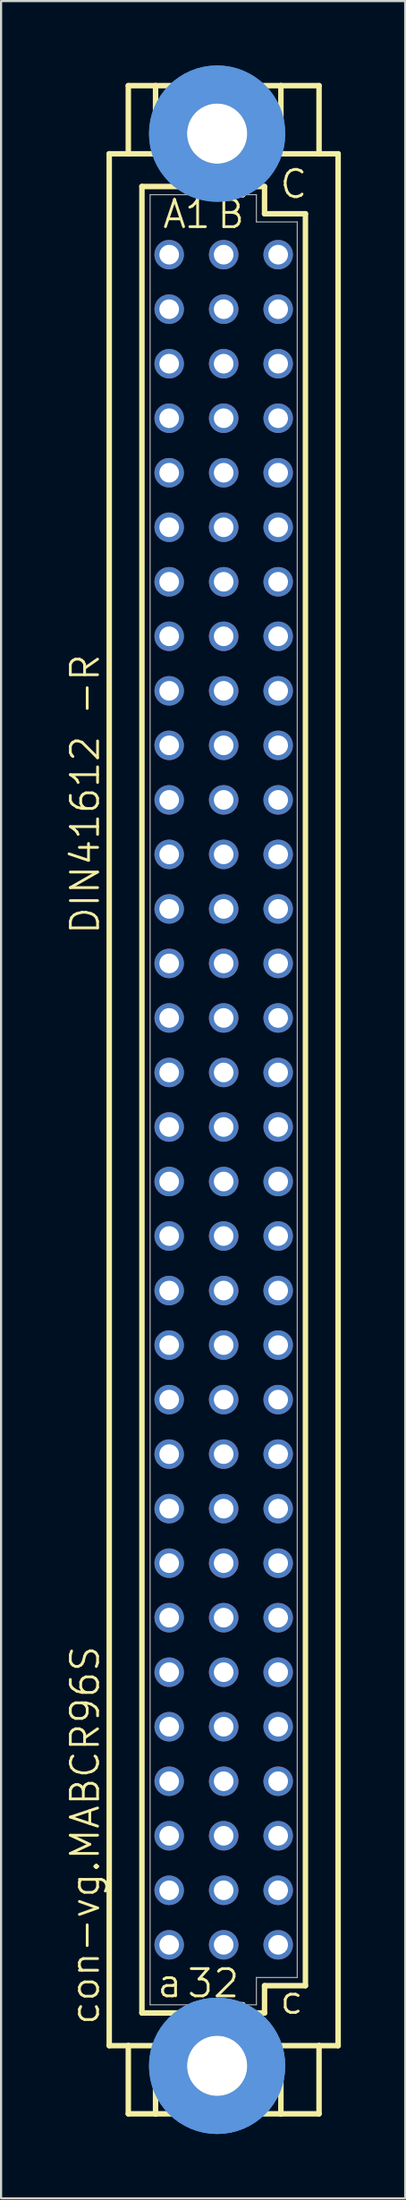
<source format=kicad_pcb>
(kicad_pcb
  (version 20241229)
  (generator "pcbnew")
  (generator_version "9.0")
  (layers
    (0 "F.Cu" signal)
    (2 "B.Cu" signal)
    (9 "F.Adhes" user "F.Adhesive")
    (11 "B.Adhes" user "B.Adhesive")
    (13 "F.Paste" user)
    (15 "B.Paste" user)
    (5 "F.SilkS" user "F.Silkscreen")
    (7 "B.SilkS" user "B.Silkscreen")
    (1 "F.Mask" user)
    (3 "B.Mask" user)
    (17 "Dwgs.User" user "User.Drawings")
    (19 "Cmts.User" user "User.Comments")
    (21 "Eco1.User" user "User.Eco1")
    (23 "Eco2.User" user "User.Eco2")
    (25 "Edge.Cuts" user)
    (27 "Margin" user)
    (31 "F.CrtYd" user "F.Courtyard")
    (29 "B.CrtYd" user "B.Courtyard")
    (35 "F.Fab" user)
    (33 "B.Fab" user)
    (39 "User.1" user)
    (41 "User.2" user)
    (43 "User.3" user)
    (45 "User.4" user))
  (footprint "con-vg.MABCR96S"
    (layer "F.Cu")
    (at 7.375 48.184)
    (property "Reference" "con-vg.MABCR96S" (at -5.715 43.18 90) (layer "F.SilkS") (effects (font (size 1.27 1.27) (thickness 0.13)) (justify left bottom)))
    (attr through_hole)
    (fp_line (start -5.334 -44.069) (end -4.445 -44.069) (stroke (width 0.254) (type default)) (layer "F.SilkS"))
    (fp_line (start -5.334 44.069) (end -5.334 -44.069) (stroke (width 0.254) (type default)) (layer "F.SilkS"))
    (fp_line (start -5.334 44.069) (end -4.445 44.069) (stroke (width 0.254) (type default)) (layer "F.SilkS"))
    (fp_line (start -4.445 -47.244) (end -4.445 -44.069) (stroke (width 0.254) (type default)) (layer "F.SilkS"))
    (fp_line (start -4.445 -44.069) (end -2.921 -44.069) (stroke (width 0.254) (type default)) (layer "F.SilkS"))
    (fp_line (start -4.445 44.069) (end -4.445 47.244) (stroke (width 0.254) (type default)) (layer "F.SilkS"))
    (fp_line (start -4.445 44.069) (end -2.921 44.069) (stroke (width 0.254) (type default)) (layer "F.SilkS"))
    (fp_line (start -3.81 -42.545) (end -3.81 42.545) (stroke (width 0.254) (type default)) (layer "F.SilkS"))
    (fp_line (start -3.81 42.545) (end -1.651 42.545) (stroke (width 0.254) (type default)) (layer "F.SilkS"))
    (fp_line (start -3.175 -47.244) (end -4.445 -47.244) (stroke (width 0.254) (type default)) (layer "F.SilkS"))
    (fp_line (start -3.175 -47.244) (end -3.175 -44.45) (stroke (width 0.254) (type default)) (layer "F.SilkS"))
    (fp_line (start -3.175 47.244) (end -4.445 47.244) (stroke (width 0.254) (type default)) (layer "F.SilkS"))
    (fp_line (start -3.175 47.244) (end -3.175 44.45) (stroke (width 0.254) (type default)) (layer "F.SilkS"))
    (fp_line (start -3.175 47.244) (end 2.667 47.244) (stroke (width 0.254) (type default)) (layer "F.SilkS"))
    (fp_line (start -1.651 -42.545) (end -3.81 -42.545) (stroke (width 0.254) (type default)) (layer "F.SilkS"))
    (fp_line (start -1.651 -42.545) (end -3.175 -44.45) (stroke (width 0.254) (type default)) (layer "F.SilkS"))
    (fp_line (start -1.651 -42.545) (end -1.27 -42.164) (stroke (width 0.254) (type default)) (layer "F.SilkS"))
    (fp_line (start -1.651 42.545) (end -3.175 44.45) (stroke (width 0.254) (type default)) (layer "F.SilkS"))
    (fp_line (start -1.651 42.545) (end -1.397 42.164) (stroke (width 0.254) (type default)) (layer "F.SilkS"))
    (fp_line (start -1.397 42.164) (end 0.889 42.164) (stroke (width 0.254) (type default)) (layer "F.SilkS"))
    (fp_line (start -1.27 -42.164) (end 0.889 -42.164) (stroke (width 0.254) (type default)) (layer "F.SilkS"))
    (fp_line (start 0.889 -42.164) (end 1.143 -42.545) (stroke (width 0.254) (type default)) (layer "F.SilkS"))
    (fp_line (start 1.143 -42.545) (end 2.667 -44.45) (stroke (width 0.254) (type default)) (layer "F.SilkS"))
    (fp_line (start 1.143 42.545) (end 0.889 42.164) (stroke (width 0.254) (type default)) (layer "F.SilkS"))
    (fp_line (start 1.143 42.545) (end 1.905 42.545) (stroke (width 0.254) (type default)) (layer "F.SilkS"))
    (fp_line (start 1.143 42.545) (end 2.667 44.45) (stroke (width 0.254) (type default)) (layer "F.SilkS"))
    (fp_line (start 1.905 -42.545) (end 1.143 -42.545) (stroke (width 0.254) (type default)) (layer "F.SilkS"))
    (fp_line (start 1.905 -41.275) (end 1.905 -42.545) (stroke (width 0.254) (type default)) (layer "F.SilkS"))
    (fp_line (start 1.905 41.275) (end 3.81 41.275) (stroke (width 0.254) (type default)) (layer "F.SilkS"))
    (fp_line (start 1.905 42.545) (end 1.905 41.275) (stroke (width 0.254) (type default)) (layer "F.SilkS"))
    (fp_line (start 2.667 -47.244) (end -3.175 -47.244) (stroke (width 0.254) (type default)) (layer "F.SilkS"))
    (fp_line (start 2.667 -47.244) (end 2.667 -44.45) (stroke (width 0.254) (type default)) (layer "F.SilkS"))
    (fp_line (start 2.667 -47.244) (end 4.445 -47.244) (stroke (width 0.254) (type default)) (layer "F.SilkS"))
    (fp_line (start 2.667 47.244) (end 2.667 44.45) (stroke (width 0.254) (type default)) (layer "F.SilkS"))
    (fp_line (start 2.667 47.244) (end 4.445 47.244) (stroke (width 0.254) (type default)) (layer "F.SilkS"))
    (fp_line (start 3.81 -41.275) (end 1.905 -41.275) (stroke (width 0.254) (type default)) (layer "F.SilkS"))
    (fp_line (start 3.81 41.275) (end 3.81 -41.275) (stroke (width 0.254) (type default)) (layer "F.SilkS"))
    (fp_line (start 4.445 -47.244) (end 4.445 -44.069) (stroke (width 0.254) (type default)) (layer "F.SilkS"))
    (fp_line (start 4.445 -44.069) (end 2.413 -44.069) (stroke (width 0.254) (type default)) (layer "F.SilkS"))
    (fp_line (start 4.445 44.069) (end 2.413 44.069) (stroke (width 0.254) (type default)) (layer "F.SilkS"))
    (fp_line (start 4.445 44.069) (end 4.445 47.244) (stroke (width 0.254) (type default)) (layer "F.SilkS"))
    (fp_line (start 5.334 -44.069) (end 4.445 -44.069) (stroke (width 0.254) (type default)) (layer "F.SilkS"))
    (fp_line (start 5.334 44.069) (end 4.445 44.069) (stroke (width 0.254) (type default)) (layer "F.SilkS"))
    (fp_line (start 5.334 44.069) (end 5.334 -44.069) (stroke (width 0.254) (type default)) (layer "F.SilkS"))
    (fp_circle (center -0.305 -45.009) (end 0.965 -45.009) (stroke (width 0.254) (type default)) (fill no) (layer "F.SilkS"))
    (fp_circle (center -0.305 45.009) (end 0.965 45.009) (stroke (width 0.254) (type default)) (fill no) (layer "F.SilkS"))
    (fp_circle (center -0.305 -45.009) (end 1.981 -45.009) (stroke (width 1.778) (type default)) (fill no) (layer "Cmts.User"))
    (fp_circle (center -0.305 -45.009) (end 1.981 -45.009) (stroke (width 1.778) (type default)) (fill no) (layer "Cmts.User"))
    (fp_circle (center -0.305 45.009) (end 1.981 45.009) (stroke (width 1.778) (type default)) (fill no) (layer "Cmts.User"))
    (fp_circle (center -0.305 45.009) (end 1.981 45.009) (stroke (width 1.778) (type default)) (fill no) (layer "Cmts.User"))
    (fp_line (start -3.429 -42.164) (end -3.429 42.164) (stroke (width 0.051) (type default)) (layer "F.Fab"))
    (fp_line (start -3.429 -42.164) (end -1.27 -42.164) (stroke (width 0.051) (type default)) (layer "F.Fab"))
    (fp_line (start -3.429 42.164) (end -1.397 42.164) (stroke (width 0.051) (type default)) (layer "F.Fab"))
    (fp_line (start 0.889 -42.164) (end 1.524 -42.164) (stroke (width 0.051) (type default)) (layer "F.Fab"))
    (fp_line (start 0.889 42.164) (end 1.524 42.164) (stroke (width 0.051) (type default)) (layer "F.Fab"))
    (fp_line (start 1.524 -42.164) (end 1.524 -40.894) (stroke (width 0.051) (type default)) (layer "F.Fab"))
    (fp_line (start 1.524 -40.894) (end 3.429 -40.894) (stroke (width 0.051) (type default)) (layer "F.Fab"))
    (fp_line (start 1.524 40.894) (end 3.429 40.894) (stroke (width 0.051) (type default)) (layer "F.Fab"))
    (fp_line (start 1.524 42.164) (end 1.524 40.894) (stroke (width 0.051) (type default)) (layer "F.Fab"))
    (fp_line (start 3.429 -40.894) (end 3.429 40.894) (stroke (width 0.051) (type default)) (layer "F.Fab"))
    (fp_rect (start -2.794 -39.116) (end -2.286 -39.624) (stroke (width 0.05) (type default)) (fill no) (layer "F.Fab"))
    (fp_rect (start -2.794 -36.576) (end -2.286 -37.084) (stroke (width 0.05) (type default)) (fill no) (layer "F.Fab"))
    (fp_rect (start -2.794 -34.036) (end -2.286 -34.544) (stroke (width 0.05) (type default)) (fill no) (layer "F.Fab"))
    (fp_rect (start -2.794 -31.496) (end -2.286 -32.004) (stroke (width 0.05) (type default)) (fill no) (layer "F.Fab"))
    (fp_rect (start -2.794 -28.956) (end -2.286 -29.464) (stroke (width 0.05) (type default)) (fill no) (layer "F.Fab"))
    (fp_rect (start -2.794 -26.416) (end -2.286 -26.924) (stroke (width 0.05) (type default)) (fill no) (layer "F.Fab"))
    (fp_rect (start -2.794 -23.876) (end -2.286 -24.384) (stroke (width 0.05) (type default)) (fill no) (layer "F.Fab"))
    (fp_rect (start -2.794 -21.336) (end -2.286 -21.844) (stroke (width 0.05) (type default)) (fill no) (layer "F.Fab"))
    (fp_rect (start -2.794 -18.796) (end -2.286 -19.304) (stroke (width 0.05) (type default)) (fill no) (layer "F.Fab"))
    (fp_rect (start -2.794 -16.256) (end -2.286 -16.764) (stroke (width 0.05) (type default)) (fill no) (layer "F.Fab"))
    (fp_rect (start -2.794 -13.716) (end -2.286 -14.224) (stroke (width 0.05) (type default)) (fill no) (layer "F.Fab"))
    (fp_rect (start -2.794 -11.176) (end -2.286 -11.684) (stroke (width 0.05) (type default)) (fill no) (layer "F.Fab"))
    (fp_rect (start -2.794 -8.636) (end -2.286 -9.144) (stroke (width 0.05) (type default)) (fill no) (layer "F.Fab"))
    (fp_rect (start -2.794 -6.096) (end -2.286 -6.604) (stroke (width 0.05) (type default)) (fill no) (layer "F.Fab"))
    (fp_rect (start -2.794 -3.556) (end -2.286 -4.064) (stroke (width 0.05) (type default)) (fill no) (layer "F.Fab"))
    (fp_rect (start -2.794 -1.016) (end -2.286 -1.524) (stroke (width 0.05) (type default)) (fill no) (layer "F.Fab"))
    (fp_rect (start -2.794 1.524) (end -2.286 1.016) (stroke (width 0.05) (type default)) (fill no) (layer "F.Fab"))
    (fp_rect (start -2.794 4.064) (end -2.286 3.556) (stroke (width 0.05) (type default)) (fill no) (layer "F.Fab"))
    (fp_rect (start -2.794 6.604) (end -2.286 6.096) (stroke (width 0.05) (type default)) (fill no) (layer "F.Fab"))
    (fp_rect (start -2.794 9.144) (end -2.286 8.636) (stroke (width 0.05) (type default)) (fill no) (layer "F.Fab"))
    (fp_rect (start -2.794 11.684) (end -2.286 11.176) (stroke (width 0.05) (type default)) (fill no) (layer "F.Fab"))
    (fp_rect (start -2.794 14.224) (end -2.286 13.716) (stroke (width 0.05) (type default)) (fill no) (layer "F.Fab"))
    (fp_rect (start -2.794 16.764) (end -2.286 16.256) (stroke (width 0.05) (type default)) (fill no) (layer "F.Fab"))
    (fp_rect (start -2.794 19.304) (end -2.286 18.796) (stroke (width 0.05) (type default)) (fill no) (layer "F.Fab"))
    (fp_rect (start -2.794 21.844) (end -2.286 21.336) (stroke (width 0.05) (type default)) (fill no) (layer "F.Fab"))
    (fp_rect (start -2.794 24.384) (end -2.286 23.876) (stroke (width 0.05) (type default)) (fill no) (layer "F.Fab"))
    (fp_rect (start -2.794 26.924) (end -2.286 26.416) (stroke (width 0.05) (type default)) (fill no) (layer "F.Fab"))
    (fp_rect (start -2.794 29.464) (end -2.286 28.956) (stroke (width 0.05) (type default)) (fill no) (layer "F.Fab"))
    (fp_rect (start -2.794 32.004) (end -2.286 31.496) (stroke (width 0.05) (type default)) (fill no) (layer "F.Fab"))
    (fp_rect (start -2.794 34.544) (end -2.286 34.036) (stroke (width 0.05) (type default)) (fill no) (layer "F.Fab"))
    (fp_rect (start -2.794 37.084) (end -2.286 36.576) (stroke (width 0.05) (type default)) (fill no) (layer "F.Fab"))
    (fp_rect (start -2.794 39.624) (end -2.286 39.116) (stroke (width 0.05) (type default)) (fill no) (layer "F.Fab"))
    (fp_rect (start -0.254 -39.116) (end 0.254 -39.624) (stroke (width 0.05) (type default)) (fill no) (layer "F.Fab"))
    (fp_rect (start -0.254 -36.576) (end 0.254 -37.084) (stroke (width 0.05) (type default)) (fill no) (layer "F.Fab"))
    (fp_rect (start -0.254 -34.036) (end 0.254 -34.544) (stroke (width 0.05) (type default)) (fill no) (layer "F.Fab"))
    (fp_rect (start -0.254 -31.496) (end 0.254 -32.004) (stroke (width 0.05) (type default)) (fill no) (layer "F.Fab"))
    (fp_rect (start -0.254 -28.956) (end 0.254 -29.464) (stroke (width 0.05) (type default)) (fill no) (layer "F.Fab"))
    (fp_rect (start -0.254 -26.416) (end 0.254 -26.924) (stroke (width 0.05) (type default)) (fill no) (layer "F.Fab"))
    (fp_rect (start -0.254 -23.876) (end 0.254 -24.384) (stroke (width 0.05) (type default)) (fill no) (layer "F.Fab"))
    (fp_rect (start -0.254 -21.336) (end 0.254 -21.844) (stroke (width 0.05) (type default)) (fill no) (layer "F.Fab"))
    (fp_rect (start -0.254 -18.796) (end 0.254 -19.304) (stroke (width 0.05) (type default)) (fill no) (layer "F.Fab"))
    (fp_rect (start -0.254 -16.256) (end 0.254 -16.764) (stroke (width 0.05) (type default)) (fill no) (layer "F.Fab"))
    (fp_rect (start -0.254 -13.716) (end 0.254 -14.224) (stroke (width 0.05) (type default)) (fill no) (layer "F.Fab"))
    (fp_rect (start -0.254 -11.176) (end 0.254 -11.684) (stroke (width 0.05) (type default)) (fill no) (layer "F.Fab"))
    (fp_rect (start -0.254 -8.636) (end 0.254 -9.144) (stroke (width 0.05) (type default)) (fill no) (layer "F.Fab"))
    (fp_rect (start -0.254 -6.096) (end 0.254 -6.604) (stroke (width 0.05) (type default)) (fill no) (layer "F.Fab"))
    (fp_rect (start -0.254 -3.556) (end 0.254 -4.064) (stroke (width 0.05) (type default)) (fill no) (layer "F.Fab"))
    (fp_rect (start -0.254 -1.016) (end 0.254 -1.524) (stroke (width 0.05) (type default)) (fill no) (layer "F.Fab"))
    (fp_rect (start -0.254 1.524) (end 0.254 1.016) (stroke (width 0.05) (type default)) (fill no) (layer "F.Fab"))
    (fp_rect (start -0.254 4.064) (end 0.254 3.556) (stroke (width 0.05) (type default)) (fill no) (layer "F.Fab"))
    (fp_rect (start -0.254 6.604) (end 0.254 6.096) (stroke (width 0.05) (type default)) (fill no) (layer "F.Fab"))
    (fp_rect (start -0.254 9.144) (end 0.254 8.636) (stroke (width 0.05) (type default)) (fill no) (layer "F.Fab"))
    (fp_rect (start -0.254 11.684) (end 0.254 11.176) (stroke (width 0.05) (type default)) (fill no) (layer "F.Fab"))
    (fp_rect (start -0.254 14.224) (end 0.254 13.716) (stroke (width 0.05) (type default)) (fill no) (layer "F.Fab"))
    (fp_rect (start -0.254 16.764) (end 0.254 16.256) (stroke (width 0.05) (type default)) (fill no) (layer "F.Fab"))
    (fp_rect (start -0.254 19.304) (end 0.254 18.796) (stroke (width 0.05) (type default)) (fill no) (layer "F.Fab"))
    (fp_rect (start -0.254 21.844) (end 0.254 21.336) (stroke (width 0.05) (type default)) (fill no) (layer "F.Fab"))
    (fp_rect (start -0.254 24.384) (end 0.254 23.876) (stroke (width 0.05) (type default)) (fill no) (layer "F.Fab"))
    (fp_rect (start -0.254 26.924) (end 0.254 26.416) (stroke (width 0.05) (type default)) (fill no) (layer "F.Fab"))
    (fp_rect (start -0.254 29.464) (end 0.254 28.956) (stroke (width 0.05) (type default)) (fill no) (layer "F.Fab"))
    (fp_rect (start -0.254 32.004) (end 0.254 31.496) (stroke (width 0.05) (type default)) (fill no) (layer "F.Fab"))
    (fp_rect (start -0.254 34.544) (end 0.254 34.036) (stroke (width 0.05) (type default)) (fill no) (layer "F.Fab"))
    (fp_rect (start -0.254 37.084) (end 0.254 36.576) (stroke (width 0.05) (type default)) (fill no) (layer "F.Fab"))
    (fp_rect (start -0.254 39.624) (end 0.254 39.116) (stroke (width 0.05) (type default)) (fill no) (layer "F.Fab"))
    (fp_rect (start 2.286 -39.116) (end 2.794 -39.624) (stroke (width 0.05) (type default)) (fill no) (layer "F.Fab"))
    (fp_rect (start 2.286 -36.576) (end 2.794 -37.084) (stroke (width 0.05) (type default)) (fill no) (layer "F.Fab"))
    (fp_rect (start 2.286 -34.036) (end 2.794 -34.544) (stroke (width 0.05) (type default)) (fill no) (layer "F.Fab"))
    (fp_rect (start 2.286 -31.496) (end 2.794 -32.004) (stroke (width 0.05) (type default)) (fill no) (layer "F.Fab"))
    (fp_rect (start 2.286 -28.956) (end 2.794 -29.464) (stroke (width 0.05) (type default)) (fill no) (layer "F.Fab"))
    (fp_rect (start 2.286 -26.416) (end 2.794 -26.924) (stroke (width 0.05) (type default)) (fill no) (layer "F.Fab"))
    (fp_rect (start 2.286 -23.876) (end 2.794 -24.384) (stroke (width 0.05) (type default)) (fill no) (layer "F.Fab"))
    (fp_rect (start 2.286 -21.336) (end 2.794 -21.844) (stroke (width 0.05) (type default)) (fill no) (layer "F.Fab"))
    (fp_rect (start 2.286 -18.796) (end 2.794 -19.304) (stroke (width 0.05) (type default)) (fill no) (layer "F.Fab"))
    (fp_rect (start 2.286 -16.256) (end 2.794 -16.764) (stroke (width 0.05) (type default)) (fill no) (layer "F.Fab"))
    (fp_rect (start 2.286 -13.716) (end 2.794 -14.224) (stroke (width 0.05) (type default)) (fill no) (layer "F.Fab"))
    (fp_rect (start 2.286 -11.176) (end 2.794 -11.684) (stroke (width 0.05) (type default)) (fill no) (layer "F.Fab"))
    (fp_rect (start 2.286 -8.636) (end 2.794 -9.144) (stroke (width 0.05) (type default)) (fill no) (layer "F.Fab"))
    (fp_rect (start 2.286 -6.096) (end 2.794 -6.604) (stroke (width 0.05) (type default)) (fill no) (layer "F.Fab"))
    (fp_rect (start 2.286 -3.556) (end 2.794 -4.064) (stroke (width 0.05) (type default)) (fill no) (layer "F.Fab"))
    (fp_rect (start 2.286 -1.016) (end 2.794 -1.524) (stroke (width 0.05) (type default)) (fill no) (layer "F.Fab"))
    (fp_rect (start 2.286 1.524) (end 2.794 1.016) (stroke (width 0.05) (type default)) (fill no) (layer "F.Fab"))
    (fp_rect (start 2.286 4.064) (end 2.794 3.556) (stroke (width 0.05) (type default)) (fill no) (layer "F.Fab"))
    (fp_rect (start 2.286 6.604) (end 2.794 6.096) (stroke (width 0.05) (type default)) (fill no) (layer "F.Fab"))
    (fp_rect (start 2.286 9.144) (end 2.794 8.636) (stroke (width 0.05) (type default)) (fill no) (layer "F.Fab"))
    (fp_rect (start 2.286 11.684) (end 2.794 11.176) (stroke (width 0.05) (type default)) (fill no) (layer "F.Fab"))
    (fp_rect (start 2.286 14.224) (end 2.794 13.716) (stroke (width 0.05) (type default)) (fill no) (layer "F.Fab"))
    (fp_rect (start 2.286 16.764) (end 2.794 16.256) (stroke (width 0.05) (type default)) (fill no) (layer "F.Fab"))
    (fp_rect (start 2.286 19.304) (end 2.794 18.796) (stroke (width 0.05) (type default)) (fill no) (layer "F.Fab"))
    (fp_rect (start 2.286 21.844) (end 2.794 21.336) (stroke (width 0.05) (type default)) (fill no) (layer "F.Fab"))
    (fp_rect (start 2.286 24.384) (end 2.794 23.876) (stroke (width 0.05) (type default)) (fill no) (layer "F.Fab"))
    (fp_rect (start 2.286 26.924) (end 2.794 26.416) (stroke (width 0.05) (type default)) (fill no) (layer "F.Fab"))
    (fp_rect (start 2.286 29.464) (end 2.794 28.956) (stroke (width 0.05) (type default)) (fill no) (layer "F.Fab"))
    (fp_rect (start 2.286 32.004) (end 2.794 31.496) (stroke (width 0.05) (type default)) (fill no) (layer "F.Fab"))
    (fp_rect (start 2.286 34.544) (end 2.794 34.036) (stroke (width 0.05) (type default)) (fill no) (layer "F.Fab"))
    (fp_rect (start 2.286 37.084) (end 2.794 36.576) (stroke (width 0.05) (type default)) (fill no) (layer "F.Fab"))
    (fp_rect (start 2.286 39.624) (end 2.794 39.116) (stroke (width 0.05) (type default)) (fill no) (layer "F.Fab"))
    (fp_text user "B" (at -0.381 -40.513 0) (layer "F.SilkS") (effects (font (size 1.27 1.27) (thickness 0.13)) (justify left bottom)))
    (fp_text user "C" (at 2.54 -41.91 0) (layer "F.SilkS") (effects (font (size 1.27 1.27) (thickness 0.13)) (justify left bottom)))
    (fp_text user "a" (at -3.175 41.91 0) (layer "F.SilkS") (effects (font (size 1.27 1.27) (thickness 0.13)) (justify left bottom)))
    (fp_text user "32" (at -1.778 41.91 0) (layer "F.SilkS") (effects (font (size 1.27 1.27) (thickness 0.13)) (justify left bottom)))
    (fp_text user "c" (at 2.54 42.68 0) (layer "F.SilkS") (effects (font (size 1.27 1.27) (thickness 0.13)) (justify left bottom)))
    (fp_text user "DIN41612 -R" (at -5.715 -7.62 90) (layer "F.SilkS") (effects (font (size 1.27 1.27) (thickness 0.13)) (justify left bottom)))
    (fp_text user "1" (at -1.905 -40.513 0) (layer "F.SilkS") (effects (font (size 1.27 1.27) (thickness 0.13)) (justify left bottom)))
    (fp_text user "A" (at -2.921 -40.513 0) (layer "F.SilkS") (effects (font (size 1.27 1.27) (thickness 0.13)) (justify left bottom)))
    (pad "" np_thru_hole circle (at -0.305 -45.009) (size 2.794 2.794) (drill 2.794) (layers "*.Cu" "*.Mask"))
    (pad "" np_thru_hole circle (at -0.305 45.009) (size 2.794 2.794) (drill 2.794) (layers "*.Cu" "*.Mask"))
    (pad "A1" thru_hole circle (at -2.54 -39.37) (size 1.372 1.372) (drill 0.914) (layers "*.Cu" "*.Mask"))
    (pad "A2" thru_hole circle (at -2.54 -36.83) (size 1.372 1.372) (drill 0.914) (layers "*.Cu" "*.Mask"))
    (pad "A3" thru_hole circle (at -2.54 -34.29) (size 1.372 1.372) (drill 0.914) (layers "*.Cu" "*.Mask"))
    (pad "A4" thru_hole circle (at -2.54 -31.75) (size 1.372 1.372) (drill 0.914) (layers "*.Cu" "*.Mask"))
    (pad "A5" thru_hole circle (at -2.54 -29.21) (size 1.372 1.372) (drill 0.914) (layers "*.Cu" "*.Mask"))
    (pad "A6" thru_hole circle (at -2.54 -26.67) (size 1.372 1.372) (drill 0.914) (layers "*.Cu" "*.Mask"))
    (pad "A7" thru_hole circle (at -2.54 -24.13) (size 1.372 1.372) (drill 0.914) (layers "*.Cu" "*.Mask"))
    (pad "A8" thru_hole circle (at -2.54 -21.59) (size 1.372 1.372) (drill 0.914) (layers "*.Cu" "*.Mask"))
    (pad "A9" thru_hole circle (at -2.54 -19.05) (size 1.372 1.372) (drill 0.914) (layers "*.Cu" "*.Mask"))
    (pad "A10" thru_hole circle (at -2.54 -16.51) (size 1.372 1.372) (drill 0.914) (layers "*.Cu" "*.Mask"))
    (pad "A11" thru_hole circle (at -2.54 -13.97) (size 1.372 1.372) (drill 0.914) (layers "*.Cu" "*.Mask"))
    (pad "A12" thru_hole circle (at -2.54 -11.43) (size 1.372 1.372) (drill 0.914) (layers "*.Cu" "*.Mask"))
    (pad "A13" thru_hole circle (at -2.54 -8.89) (size 1.372 1.372) (drill 0.914) (layers "*.Cu" "*.Mask"))
    (pad "A14" thru_hole circle (at -2.54 -6.35) (size 1.372 1.372) (drill 0.914) (layers "*.Cu" "*.Mask"))
    (pad "A15" thru_hole circle (at -2.54 -3.81) (size 1.372 1.372) (drill 0.914) (layers "*.Cu" "*.Mask"))
    (pad "A16" thru_hole circle (at -2.54 -1.27) (size 1.372 1.372) (drill 0.914) (layers "*.Cu" "*.Mask"))
    (pad "A17" thru_hole circle (at -2.54 1.27) (size 1.372 1.372) (drill 0.914) (layers "*.Cu" "*.Mask"))
    (pad "A18" thru_hole circle (at -2.54 3.81) (size 1.372 1.372) (drill 0.914) (layers "*.Cu" "*.Mask"))
    (pad "A19" thru_hole circle (at -2.54 6.35) (size 1.372 1.372) (drill 0.914) (layers "*.Cu" "*.Mask"))
    (pad "A20" thru_hole circle (at -2.54 8.89) (size 1.372 1.372) (drill 0.914) (layers "*.Cu" "*.Mask"))
    (pad "A21" thru_hole circle (at -2.54 11.43) (size 1.372 1.372) (drill 0.914) (layers "*.Cu" "*.Mask"))
    (pad "A22" thru_hole circle (at -2.54 13.97) (size 1.372 1.372) (drill 0.914) (layers "*.Cu" "*.Mask"))
    (pad "A23" thru_hole circle (at -2.54 16.51) (size 1.372 1.372) (drill 0.914) (layers "*.Cu" "*.Mask"))
    (pad "A24" thru_hole circle (at -2.54 19.05) (size 1.372 1.372) (drill 0.914) (layers "*.Cu" "*.Mask"))
    (pad "A25" thru_hole circle (at -2.54 21.59) (size 1.372 1.372) (drill 0.914) (layers "*.Cu" "*.Mask"))
    (pad "A26" thru_hole circle (at -2.54 24.13) (size 1.372 1.372) (drill 0.914) (layers "*.Cu" "*.Mask"))
    (pad "A27" thru_hole circle (at -2.54 26.67) (size 1.372 1.372) (drill 0.914) (layers "*.Cu" "*.Mask"))
    (pad "A28" thru_hole circle (at -2.54 29.21) (size 1.372 1.372) (drill 0.914) (layers "*.Cu" "*.Mask"))
    (pad "A29" thru_hole circle (at -2.54 31.75) (size 1.372 1.372) (drill 0.914) (layers "*.Cu" "*.Mask"))
    (pad "A30" thru_hole circle (at -2.54 34.29) (size 1.372 1.372) (drill 0.914) (layers "*.Cu" "*.Mask"))
    (pad "A31" thru_hole circle (at -2.54 36.83) (size 1.372 1.372) (drill 0.914) (layers "*.Cu" "*.Mask"))
    (pad "A32" thru_hole circle (at -2.54 39.37) (size 1.372 1.372) (drill 0.914) (layers "*.Cu" "*.Mask"))
    (pad "B1" thru_hole circle (at 0 -39.37) (size 1.372 1.372) (drill 0.914) (layers "*.Cu" "*.Mask"))
    (pad "B2" thru_hole circle (at 0 -36.83) (size 1.372 1.372) (drill 0.914) (layers "*.Cu" "*.Mask"))
    (pad "B3" thru_hole circle (at 0 -34.29) (size 1.372 1.372) (drill 0.914) (layers "*.Cu" "*.Mask"))
    (pad "B4" thru_hole circle (at 0 -31.75) (size 1.372 1.372) (drill 0.914) (layers "*.Cu" "*.Mask"))
    (pad "B5" thru_hole circle (at 0 -29.21) (size 1.372 1.372) (drill 0.914) (layers "*.Cu" "*.Mask"))
    (pad "B6" thru_hole circle (at 0 -26.67) (size 1.372 1.372) (drill 0.914) (layers "*.Cu" "*.Mask"))
    (pad "B7" thru_hole circle (at 0 -24.13) (size 1.372 1.372) (drill 0.914) (layers "*.Cu" "*.Mask"))
    (pad "B8" thru_hole circle (at 0 -21.59) (size 1.372 1.372) (drill 0.914) (layers "*.Cu" "*.Mask"))
    (pad "B9" thru_hole circle (at 0 -19.05) (size 1.372 1.372) (drill 0.914) (layers "*.Cu" "*.Mask"))
    (pad "B10" thru_hole circle (at 0 -16.51) (size 1.372 1.372) (drill 0.914) (layers "*.Cu" "*.Mask"))
    (pad "B11" thru_hole circle (at 0 -13.97) (size 1.372 1.372) (drill 0.914) (layers "*.Cu" "*.Mask"))
    (pad "B12" thru_hole circle (at 0 -11.43) (size 1.372 1.372) (drill 0.914) (layers "*.Cu" "*.Mask"))
    (pad "B13" thru_hole circle (at 0 -8.89) (size 1.372 1.372) (drill 0.914) (layers "*.Cu" "*.Mask"))
    (pad "B14" thru_hole circle (at 0 -6.35) (size 1.372 1.372) (drill 0.914) (layers "*.Cu" "*.Mask"))
    (pad "B15" thru_hole circle (at 0 -3.81) (size 1.372 1.372) (drill 0.914) (layers "*.Cu" "*.Mask"))
    (pad "B16" thru_hole circle (at 0 -1.27) (size 1.372 1.372) (drill 0.914) (layers "*.Cu" "*.Mask"))
    (pad "B17" thru_hole circle (at 0 1.27) (size 1.372 1.372) (drill 0.914) (layers "*.Cu" "*.Mask"))
    (pad "B18" thru_hole circle (at 0 3.81) (size 1.372 1.372) (drill 0.914) (layers "*.Cu" "*.Mask"))
    (pad "B19" thru_hole circle (at 0 6.35) (size 1.372 1.372) (drill 0.914) (layers "*.Cu" "*.Mask"))
    (pad "B20" thru_hole circle (at 0 8.89) (size 1.372 1.372) (drill 0.914) (layers "*.Cu" "*.Mask"))
    (pad "B21" thru_hole circle (at 0 11.43) (size 1.372 1.372) (drill 0.914) (layers "*.Cu" "*.Mask"))
    (pad "B22" thru_hole circle (at 0 13.97) (size 1.372 1.372) (drill 0.914) (layers "*.Cu" "*.Mask"))
    (pad "B23" thru_hole circle (at 0 16.51) (size 1.372 1.372) (drill 0.914) (layers "*.Cu" "*.Mask"))
    (pad "B24" thru_hole circle (at 0 19.05) (size 1.372 1.372) (drill 0.914) (layers "*.Cu" "*.Mask"))
    (pad "B25" thru_hole circle (at 0 21.59) (size 1.372 1.372) (drill 0.914) (layers "*.Cu" "*.Mask"))
    (pad "B26" thru_hole circle (at 0 24.13) (size 1.372 1.372) (drill 0.914) (layers "*.Cu" "*.Mask"))
    (pad "B27" thru_hole circle (at 0 26.67) (size 1.372 1.372) (drill 0.914) (layers "*.Cu" "*.Mask"))
    (pad "B28" thru_hole circle (at 0 29.21) (size 1.372 1.372) (drill 0.914) (layers "*.Cu" "*.Mask"))
    (pad "B29" thru_hole circle (at 0 31.75) (size 1.372 1.372) (drill 0.914) (layers "*.Cu" "*.Mask"))
    (pad "B30" thru_hole circle (at 0 34.29) (size 1.372 1.372) (drill 0.914) (layers "*.Cu" "*.Mask"))
    (pad "B31" thru_hole circle (at 0 36.83) (size 1.372 1.372) (drill 0.914) (layers "*.Cu" "*.Mask"))
    (pad "B32" thru_hole circle (at 0 39.37) (size 1.372 1.372) (drill 0.914) (layers "*.Cu" "*.Mask"))
    (pad "C1" thru_hole circle (at 2.54 -39.37) (size 1.372 1.372) (drill 0.914) (layers "*.Cu" "*.Mask"))
    (pad "C2" thru_hole circle (at 2.54 -36.83) (size 1.372 1.372) (drill 0.914) (layers "*.Cu" "*.Mask"))
    (pad "C3" thru_hole circle (at 2.54 -34.29) (size 1.372 1.372) (drill 0.914) (layers "*.Cu" "*.Mask"))
    (pad "C4" thru_hole circle (at 2.54 -31.75) (size 1.372 1.372) (drill 0.914) (layers "*.Cu" "*.Mask"))
    (pad "C5" thru_hole circle (at 2.54 -29.21) (size 1.372 1.372) (drill 0.914) (layers "*.Cu" "*.Mask"))
    (pad "C6" thru_hole circle (at 2.54 -26.67) (size 1.372 1.372) (drill 0.914) (layers "*.Cu" "*.Mask"))
    (pad "C7" thru_hole circle (at 2.54 -24.13) (size 1.372 1.372) (drill 0.914) (layers "*.Cu" "*.Mask"))
    (pad "C8" thru_hole circle (at 2.54 -21.59) (size 1.372 1.372) (drill 0.914) (layers "*.Cu" "*.Mask"))
    (pad "C9" thru_hole circle (at 2.54 -19.05) (size 1.372 1.372) (drill 0.914) (layers "*.Cu" "*.Mask"))
    (pad "C10" thru_hole circle (at 2.54 -16.51) (size 1.372 1.372) (drill 0.914) (layers "*.Cu" "*.Mask"))
    (pad "C11" thru_hole circle (at 2.54 -13.97) (size 1.372 1.372) (drill 0.914) (layers "*.Cu" "*.Mask"))
    (pad "C12" thru_hole circle (at 2.54 -11.43) (size 1.372 1.372) (drill 0.914) (layers "*.Cu" "*.Mask"))
    (pad "C13" thru_hole circle (at 2.54 -8.89) (size 1.372 1.372) (drill 0.914) (layers "*.Cu" "*.Mask"))
    (pad "C14" thru_hole circle (at 2.54 -6.35) (size 1.372 1.372) (drill 0.914) (layers "*.Cu" "*.Mask"))
    (pad "C15" thru_hole circle (at 2.54 -3.81) (size 1.372 1.372) (drill 0.914) (layers "*.Cu" "*.Mask"))
    (pad "C16" thru_hole circle (at 2.54 -1.27) (size 1.372 1.372) (drill 0.914) (layers "*.Cu" "*.Mask"))
    (pad "C17" thru_hole circle (at 2.54 1.27) (size 1.372 1.372) (drill 0.914) (layers "*.Cu" "*.Mask"))
    (pad "C18" thru_hole circle (at 2.54 3.81) (size 1.372 1.372) (drill 0.914) (layers "*.Cu" "*.Mask"))
    (pad "C19" thru_hole circle (at 2.54 6.35) (size 1.372 1.372) (drill 0.914) (layers "*.Cu" "*.Mask"))
    (pad "C20" thru_hole circle (at 2.54 8.89) (size 1.372 1.372) (drill 0.914) (layers "*.Cu" "*.Mask"))
    (pad "C21" thru_hole circle (at 2.54 11.43) (size 1.372 1.372) (drill 0.914) (layers "*.Cu" "*.Mask"))
    (pad "C22" thru_hole circle (at 2.54 13.97) (size 1.372 1.372) (drill 0.914) (layers "*.Cu" "*.Mask"))
    (pad "C23" thru_hole circle (at 2.54 16.51) (size 1.372 1.372) (drill 0.914) (layers "*.Cu" "*.Mask"))
    (pad "C24" thru_hole circle (at 2.54 19.05) (size 1.372 1.372) (drill 0.914) (layers "*.Cu" "*.Mask"))
    (pad "C25" thru_hole circle (at 2.54 21.59) (size 1.372 1.372) (drill 0.914) (layers "*.Cu" "*.Mask"))
    (pad "C26" thru_hole circle (at 2.54 24.13) (size 1.372 1.372) (drill 0.914) (layers "*.Cu" "*.Mask"))
    (pad "C27" thru_hole circle (at 2.54 26.67) (size 1.372 1.372) (drill 0.914) (layers "*.Cu" "*.Mask"))
    (pad "C28" thru_hole circle (at 2.54 29.21) (size 1.372 1.372) (drill 0.914) (layers "*.Cu" "*.Mask"))
    (pad "C29" thru_hole circle (at 2.54 31.75) (size 1.372 1.372) (drill 0.914) (layers "*.Cu" "*.Mask"))
    (pad "C30" thru_hole circle (at 2.54 34.29) (size 1.372 1.372) (drill 0.914) (layers "*.Cu" "*.Mask"))
    (pad "C31" thru_hole circle (at 2.54 36.83) (size 1.372 1.372) (drill 0.914) (layers "*.Cu" "*.Mask"))
    (pad "C32" thru_hole circle (at 2.54 39.37) (size 1.372 1.372) (drill 0.914) (layers "*.Cu" "*.Mask")))
  (gr_rect
    (start -3 -3)
    (end 15.836 99.368)
    (stroke (width 0.1) (type default))
    (fill no)
    (layer "Edge.Cuts")))
</source>
